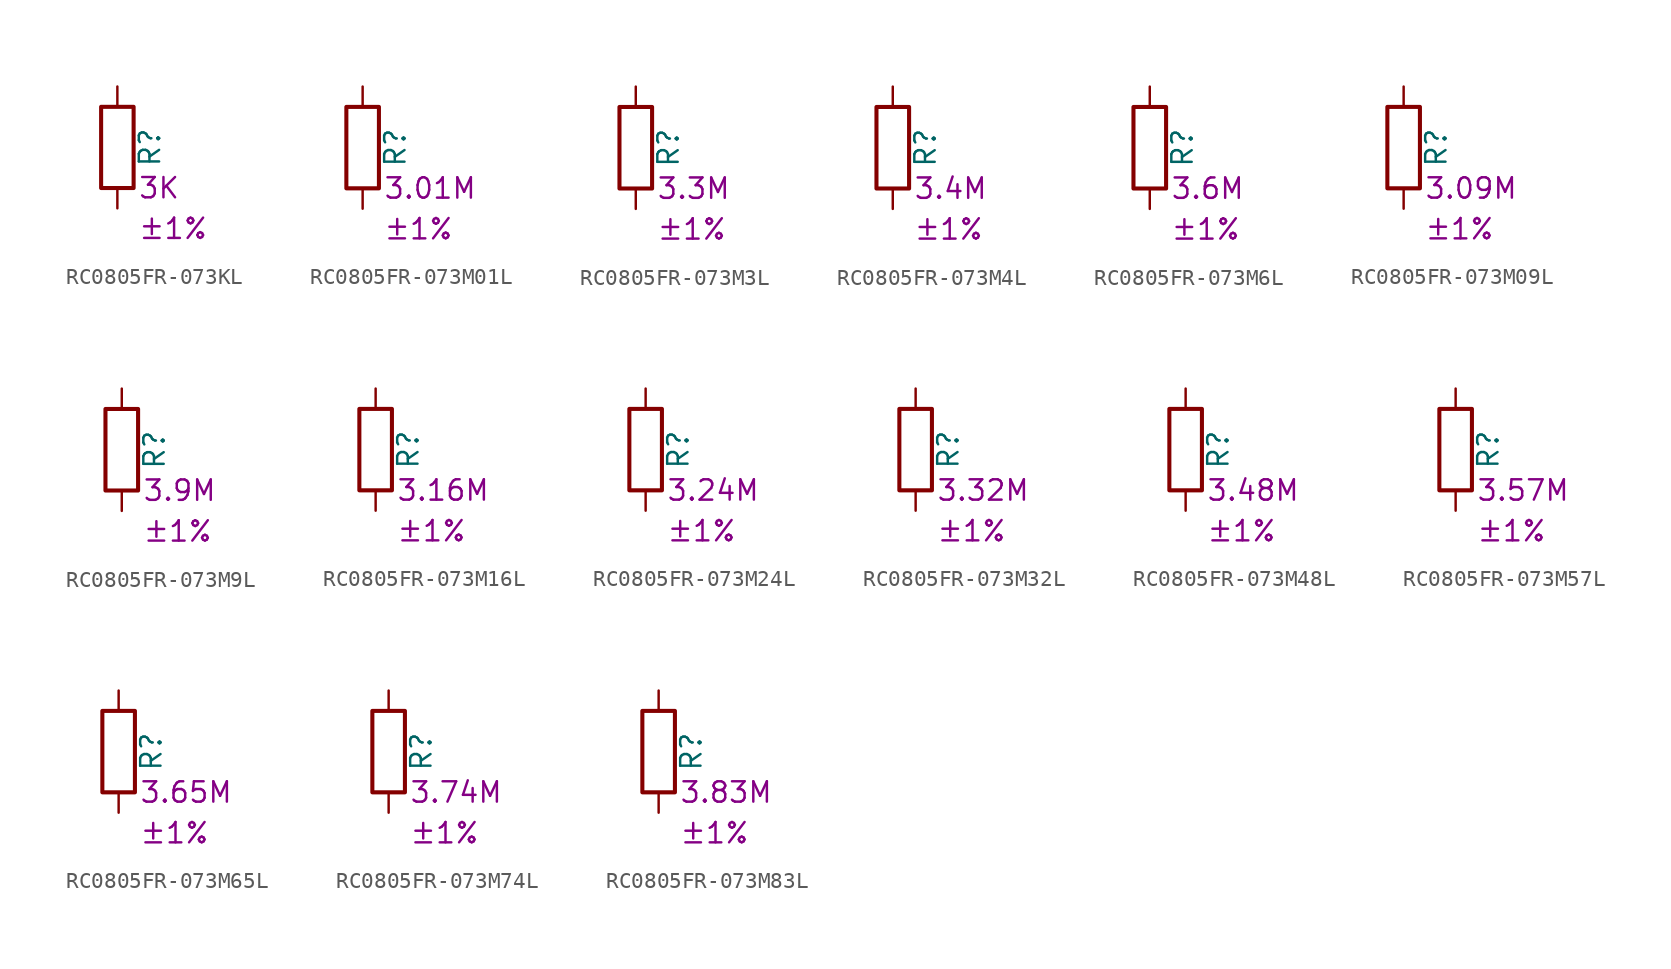
<source format=kicad_sym>
(kicad_symbol_lib
  (version 20220914)
  (generator kicad_symbol_editor)
  (symbol "RC0805FR-073KL"
    (pin_numbers hide)
    (pin_names
      (offset 0))
    (property "Reference" "R"
      (at 2.032 0 90)
      (effects (font (size 1.27 1.27))))
    (property "Resistance" "3K"
      (at 1.27 -2.54 0)
      (effects (font (size 1.27 1.27)) (justify left)))
    (property "Tolerance" "±1%"
      (at 1.27 -5.08 0)
      (effects (font (size 1.27 1.27)) (justify left)))
    (symbol "RC0805FR-073KL_0_1"
      (rectangle (start -1.016 -2.54) (end 1.016 2.54) (stroke (width 0.254) (type default)) (fill (type none))))
    (symbol "RC0805FR-073KL_1_1"
      (pin passive line (at 0 3.81 270) (length 1.27) (name "~" (effects (font (size 1.27 1.27)))) (number "1" (effects (font (size 1.27 1.27)))))
      (pin passive line (at 0 -3.81 90) (length 1.27) (name "~" (effects (font (size 1.27 1.27)))) (number "2" (effects (font (size 1.27 1.27)))))))
  (symbol "RC0805FR-073M01L"
    (pin_numbers hide)
    (pin_names
      (offset 0))
    (property "Reference" "R"
      (at 2.032 0 90)
      (effects (font (size 1.27 1.27))))
    (property "Resistance" "3.01M"
      (at 1.27 -2.54 0)
      (effects (font (size 1.27 1.27)) (justify left)))
    (property "Tolerance" "±1%"
      (at 1.27 -5.08 0)
      (effects (font (size 1.27 1.27)) (justify left)))
    (symbol "RC0805FR-073M01L_0_1"
      (rectangle (start -1.016 -2.54) (end 1.016 2.54) (stroke (width 0.254) (type default)) (fill (type none))))
    (symbol "RC0805FR-073M01L_1_1"
      (pin passive line (at 0 3.81 270) (length 1.27) (name "~" (effects (font (size 1.27 1.27)))) (number "1" (effects (font (size 1.27 1.27)))))
      (pin passive line (at 0 -3.81 90) (length 1.27) (name "~" (effects (font (size 1.27 1.27)))) (number "2" (effects (font (size 1.27 1.27)))))))
  (symbol "RC0805FR-073M3L"
    (pin_numbers hide)
    (pin_names
      (offset 0))
    (property "Reference" "R"
      (at 2.032 0 90)
      (effects (font (size 1.27 1.27))))
    (property "Resistance" "3.3M"
      (at 1.27 -2.54 0)
      (effects (font (size 1.27 1.27)) (justify left)))
    (property "Tolerance" "±1%"
      (at 1.27 -5.08 0)
      (effects (font (size 1.27 1.27)) (justify left)))
    (symbol "RC0805FR-073M3L_0_1"
      (rectangle (start -1.016 -2.54) (end 1.016 2.54) (stroke (width 0.254) (type default)) (fill (type none))))
    (symbol "RC0805FR-073M3L_1_1"
      (pin passive line (at 0 3.81 270) (length 1.27) (name "~" (effects (font (size 1.27 1.27)))) (number "1" (effects (font (size 1.27 1.27)))))
      (pin passive line (at 0 -3.81 90) (length 1.27) (name "~" (effects (font (size 1.27 1.27)))) (number "2" (effects (font (size 1.27 1.27)))))))
  (symbol "RC0805FR-073M4L"
    (pin_numbers hide)
    (pin_names
      (offset 0))
    (property "Reference" "R"
      (at 2.032 0 90)
      (effects (font (size 1.27 1.27))))
    (property "Resistance" "3.4M"
      (at 1.27 -2.54 0)
      (effects (font (size 1.27 1.27)) (justify left)))
    (property "Tolerance" "±1%"
      (at 1.27 -5.08 0)
      (effects (font (size 1.27 1.27)) (justify left)))
    (symbol "RC0805FR-073M4L_0_1"
      (rectangle (start -1.016 -2.54) (end 1.016 2.54) (stroke (width 0.254) (type default)) (fill (type none))))
    (symbol "RC0805FR-073M4L_1_1"
      (pin passive line (at 0 3.81 270) (length 1.27) (name "~" (effects (font (size 1.27 1.27)))) (number "1" (effects (font (size 1.27 1.27)))))
      (pin passive line (at 0 -3.81 90) (length 1.27) (name "~" (effects (font (size 1.27 1.27)))) (number "2" (effects (font (size 1.27 1.27)))))))
  (symbol "RC0805FR-073M6L"
    (pin_numbers hide)
    (pin_names
      (offset 0))
    (property "Reference" "R"
      (at 2.032 0 90)
      (effects (font (size 1.27 1.27))))
    (property "Resistance" "3.6M"
      (at 1.27 -2.54 0)
      (effects (font (size 1.27 1.27)) (justify left)))
    (property "Tolerance" "±1%"
      (at 1.27 -5.08 0)
      (effects (font (size 1.27 1.27)) (justify left)))
    (symbol "RC0805FR-073M6L_0_1"
      (rectangle (start -1.016 -2.54) (end 1.016 2.54) (stroke (width 0.254) (type default)) (fill (type none))))
    (symbol "RC0805FR-073M6L_1_1"
      (pin passive line (at 0 3.81 270) (length 1.27) (name "~" (effects (font (size 1.27 1.27)))) (number "1" (effects (font (size 1.27 1.27)))))
      (pin passive line (at 0 -3.81 90) (length 1.27) (name "~" (effects (font (size 1.27 1.27)))) (number "2" (effects (font (size 1.27 1.27)))))))
  (symbol "RC0805FR-073M09L"
    (pin_numbers hide)
    (pin_names
      (offset 0))
    (property "Reference" "R"
      (at 2.032 0 90)
      (effects (font (size 1.27 1.27))))
    (property "Resistance" "3.09M"
      (at 1.27 -2.54 0)
      (effects (font (size 1.27 1.27)) (justify left)))
    (property "Tolerance" "±1%"
      (at 1.27 -5.08 0)
      (effects (font (size 1.27 1.27)) (justify left)))
    (symbol "RC0805FR-073M09L_0_1"
      (rectangle (start -1.016 -2.54) (end 1.016 2.54) (stroke (width 0.254) (type default)) (fill (type none))))
    (symbol "RC0805FR-073M09L_1_1"
      (pin passive line (at 0 3.81 270) (length 1.27) (name "~" (effects (font (size 1.27 1.27)))) (number "1" (effects (font (size 1.27 1.27)))))
      (pin passive line (at 0 -3.81 90) (length 1.27) (name "~" (effects (font (size 1.27 1.27)))) (number "2" (effects (font (size 1.27 1.27)))))))
  (symbol "RC0805FR-073M9L"
    (pin_numbers hide)
    (pin_names
      (offset 0))
    (property "Reference" "R"
      (at 2.032 0 90)
      (effects (font (size 1.27 1.27))))
    (property "Resistance" "3.9M"
      (at 1.27 -2.54 0)
      (effects (font (size 1.27 1.27)) (justify left)))
    (property "Tolerance" "±1%"
      (at 1.27 -5.08 0)
      (effects (font (size 1.27 1.27)) (justify left)))
    (symbol "RC0805FR-073M9L_0_1"
      (rectangle (start -1.016 -2.54) (end 1.016 2.54) (stroke (width 0.254) (type default)) (fill (type none))))
    (symbol "RC0805FR-073M9L_1_1"
      (pin passive line (at 0 3.81 270) (length 1.27) (name "~" (effects (font (size 1.27 1.27)))) (number "1" (effects (font (size 1.27 1.27)))))
      (pin passive line (at 0 -3.81 90) (length 1.27) (name "~" (effects (font (size 1.27 1.27)))) (number "2" (effects (font (size 1.27 1.27)))))))
  (symbol "RC0805FR-073M16L"
    (pin_numbers hide)
    (pin_names
      (offset 0))
    (property "Reference" "R"
      (at 2.032 0 90)
      (effects (font (size 1.27 1.27))))
    (property "Resistance" "3.16M"
      (at 1.27 -2.54 0)
      (effects (font (size 1.27 1.27)) (justify left)))
    (property "Tolerance" "±1%"
      (at 1.27 -5.08 0)
      (effects (font (size 1.27 1.27)) (justify left)))
    (symbol "RC0805FR-073M16L_0_1"
      (rectangle (start -1.016 -2.54) (end 1.016 2.54) (stroke (width 0.254) (type default)) (fill (type none))))
    (symbol "RC0805FR-073M16L_1_1"
      (pin passive line (at 0 3.81 270) (length 1.27) (name "~" (effects (font (size 1.27 1.27)))) (number "1" (effects (font (size 1.27 1.27)))))
      (pin passive line (at 0 -3.81 90) (length 1.27) (name "~" (effects (font (size 1.27 1.27)))) (number "2" (effects (font (size 1.27 1.27)))))))
  (symbol "RC0805FR-073M24L"
    (pin_numbers hide)
    (pin_names
      (offset 0))
    (property "Reference" "R"
      (at 2.032 0 90)
      (effects (font (size 1.27 1.27))))
    (property "Resistance" "3.24M"
      (at 1.27 -2.54 0)
      (effects (font (size 1.27 1.27)) (justify left)))
    (property "Tolerance" "±1%"
      (at 1.27 -5.08 0)
      (effects (font (size 1.27 1.27)) (justify left)))
    (symbol "RC0805FR-073M24L_0_1"
      (rectangle (start -1.016 -2.54) (end 1.016 2.54) (stroke (width 0.254) (type default)) (fill (type none))))
    (symbol "RC0805FR-073M24L_1_1"
      (pin passive line (at 0 3.81 270) (length 1.27) (name "~" (effects (font (size 1.27 1.27)))) (number "1" (effects (font (size 1.27 1.27)))))
      (pin passive line (at 0 -3.81 90) (length 1.27) (name "~" (effects (font (size 1.27 1.27)))) (number "2" (effects (font (size 1.27 1.27)))))))
  (symbol "RC0805FR-073M32L"
    (pin_numbers hide)
    (pin_names
      (offset 0))
    (property "Reference" "R"
      (at 2.032 0 90)
      (effects (font (size 1.27 1.27))))
    (property "Resistance" "3.32M"
      (at 1.27 -2.54 0)
      (effects (font (size 1.27 1.27)) (justify left)))
    (property "Tolerance" "±1%"
      (at 1.27 -5.08 0)
      (effects (font (size 1.27 1.27)) (justify left)))
    (symbol "RC0805FR-073M32L_0_1"
      (rectangle (start -1.016 -2.54) (end 1.016 2.54) (stroke (width 0.254) (type default)) (fill (type none))))
    (symbol "RC0805FR-073M32L_1_1"
      (pin passive line (at 0 3.81 270) (length 1.27) (name "~" (effects (font (size 1.27 1.27)))) (number "1" (effects (font (size 1.27 1.27)))))
      (pin passive line (at 0 -3.81 90) (length 1.27) (name "~" (effects (font (size 1.27 1.27)))) (number "2" (effects (font (size 1.27 1.27)))))))
  (symbol "RC0805FR-073M48L"
    (pin_numbers hide)
    (pin_names
      (offset 0))
    (property "Reference" "R"
      (at 2.032 0 90)
      (effects (font (size 1.27 1.27))))
    (property "Resistance" "3.48M"
      (at 1.27 -2.54 0)
      (effects (font (size 1.27 1.27)) (justify left)))
    (property "Tolerance" "±1%"
      (at 1.27 -5.08 0)
      (effects (font (size 1.27 1.27)) (justify left)))
    (symbol "RC0805FR-073M48L_0_1"
      (rectangle (start -1.016 -2.54) (end 1.016 2.54) (stroke (width 0.254) (type default)) (fill (type none))))
    (symbol "RC0805FR-073M48L_1_1"
      (pin passive line (at 0 3.81 270) (length 1.27) (name "~" (effects (font (size 1.27 1.27)))) (number "1" (effects (font (size 1.27 1.27)))))
      (pin passive line (at 0 -3.81 90) (length 1.27) (name "~" (effects (font (size 1.27 1.27)))) (number "2" (effects (font (size 1.27 1.27)))))))
  (symbol "RC0805FR-073M57L"
    (pin_numbers hide)
    (pin_names
      (offset 0))
    (property "Reference" "R"
      (at 2.032 0 90)
      (effects (font (size 1.27 1.27))))
    (property "Resistance" "3.57M"
      (at 1.27 -2.54 0)
      (effects (font (size 1.27 1.27)) (justify left)))
    (property "Tolerance" "±1%"
      (at 1.27 -5.08 0)
      (effects (font (size 1.27 1.27)) (justify left)))
    (symbol "RC0805FR-073M57L_0_1"
      (rectangle (start -1.016 -2.54) (end 1.016 2.54) (stroke (width 0.254) (type default)) (fill (type none))))
    (symbol "RC0805FR-073M57L_1_1"
      (pin passive line (at 0 3.81 270) (length 1.27) (name "~" (effects (font (size 1.27 1.27)))) (number "1" (effects (font (size 1.27 1.27)))))
      (pin passive line (at 0 -3.81 90) (length 1.27) (name "~" (effects (font (size 1.27 1.27)))) (number "2" (effects (font (size 1.27 1.27)))))))
  (symbol "RC0805FR-073M65L"
    (pin_numbers hide)
    (pin_names
      (offset 0))
    (property "Reference" "R"
      (at 2.032 0 90)
      (effects (font (size 1.27 1.27))))
    (property "Resistance" "3.65M"
      (at 1.27 -2.54 0)
      (effects (font (size 1.27 1.27)) (justify left)))
    (property "Tolerance" "±1%"
      (at 1.27 -5.08 0)
      (effects (font (size 1.27 1.27)) (justify left)))
    (symbol "RC0805FR-073M65L_0_1"
      (rectangle (start -1.016 -2.54) (end 1.016 2.54) (stroke (width 0.254) (type default)) (fill (type none))))
    (symbol "RC0805FR-073M65L_1_1"
      (pin passive line (at 0 3.81 270) (length 1.27) (name "~" (effects (font (size 1.27 1.27)))) (number "1" (effects (font (size 1.27 1.27)))))
      (pin passive line (at 0 -3.81 90) (length 1.27) (name "~" (effects (font (size 1.27 1.27)))) (number "2" (effects (font (size 1.27 1.27)))))))
  (symbol "RC0805FR-073M74L"
    (pin_numbers hide)
    (pin_names
      (offset 0))
    (property "Reference" "R"
      (at 2.032 0 90)
      (effects (font (size 1.27 1.27))))
    (property "Resistance" "3.74M"
      (at 1.27 -2.54 0)
      (effects (font (size 1.27 1.27)) (justify left)))
    (property "Tolerance" "±1%"
      (at 1.27 -5.08 0)
      (effects (font (size 1.27 1.27)) (justify left)))
    (symbol "RC0805FR-073M74L_0_1"
      (rectangle (start -1.016 -2.54) (end 1.016 2.54) (stroke (width 0.254) (type default)) (fill (type none))))
    (symbol "RC0805FR-073M74L_1_1"
      (pin passive line (at 0 3.81 270) (length 1.27) (name "~" (effects (font (size 1.27 1.27)))) (number "1" (effects (font (size 1.27 1.27)))))
      (pin passive line (at 0 -3.81 90) (length 1.27) (name "~" (effects (font (size 1.27 1.27)))) (number "2" (effects (font (size 1.27 1.27)))))))
  (symbol "RC0805FR-073M83L"
    (pin_numbers hide)
    (pin_names
      (offset 0))
    (property "Reference" "R"
      (at 2.032 0 90)
      (effects (font (size 1.27 1.27))))
    (property "Resistance" "3.83M"
      (at 1.27 -2.54 0)
      (effects (font (size 1.27 1.27)) (justify left)))
    (property "Tolerance" "±1%"
      (at 1.27 -5.08 0)
      (effects (font (size 1.27 1.27)) (justify left)))
    (symbol "RC0805FR-073M83L_0_1"
      (rectangle (start -1.016 -2.54) (end 1.016 2.54) (stroke (width 0.254) (type default)) (fill (type none))))
    (symbol "RC0805FR-073M83L_1_1"
      (pin passive line (at 0 3.81 270) (length 1.27) (name "~" (effects (font (size 1.27 1.27)))) (number "1" (effects (font (size 1.27 1.27)))))
      (pin passive line (at 0 -3.81 90) (length 1.27) (name "~" (effects (font (size 1.27 1.27)))) (number "2" (effects (font (size 1.27 1.27))))))))
</source>
